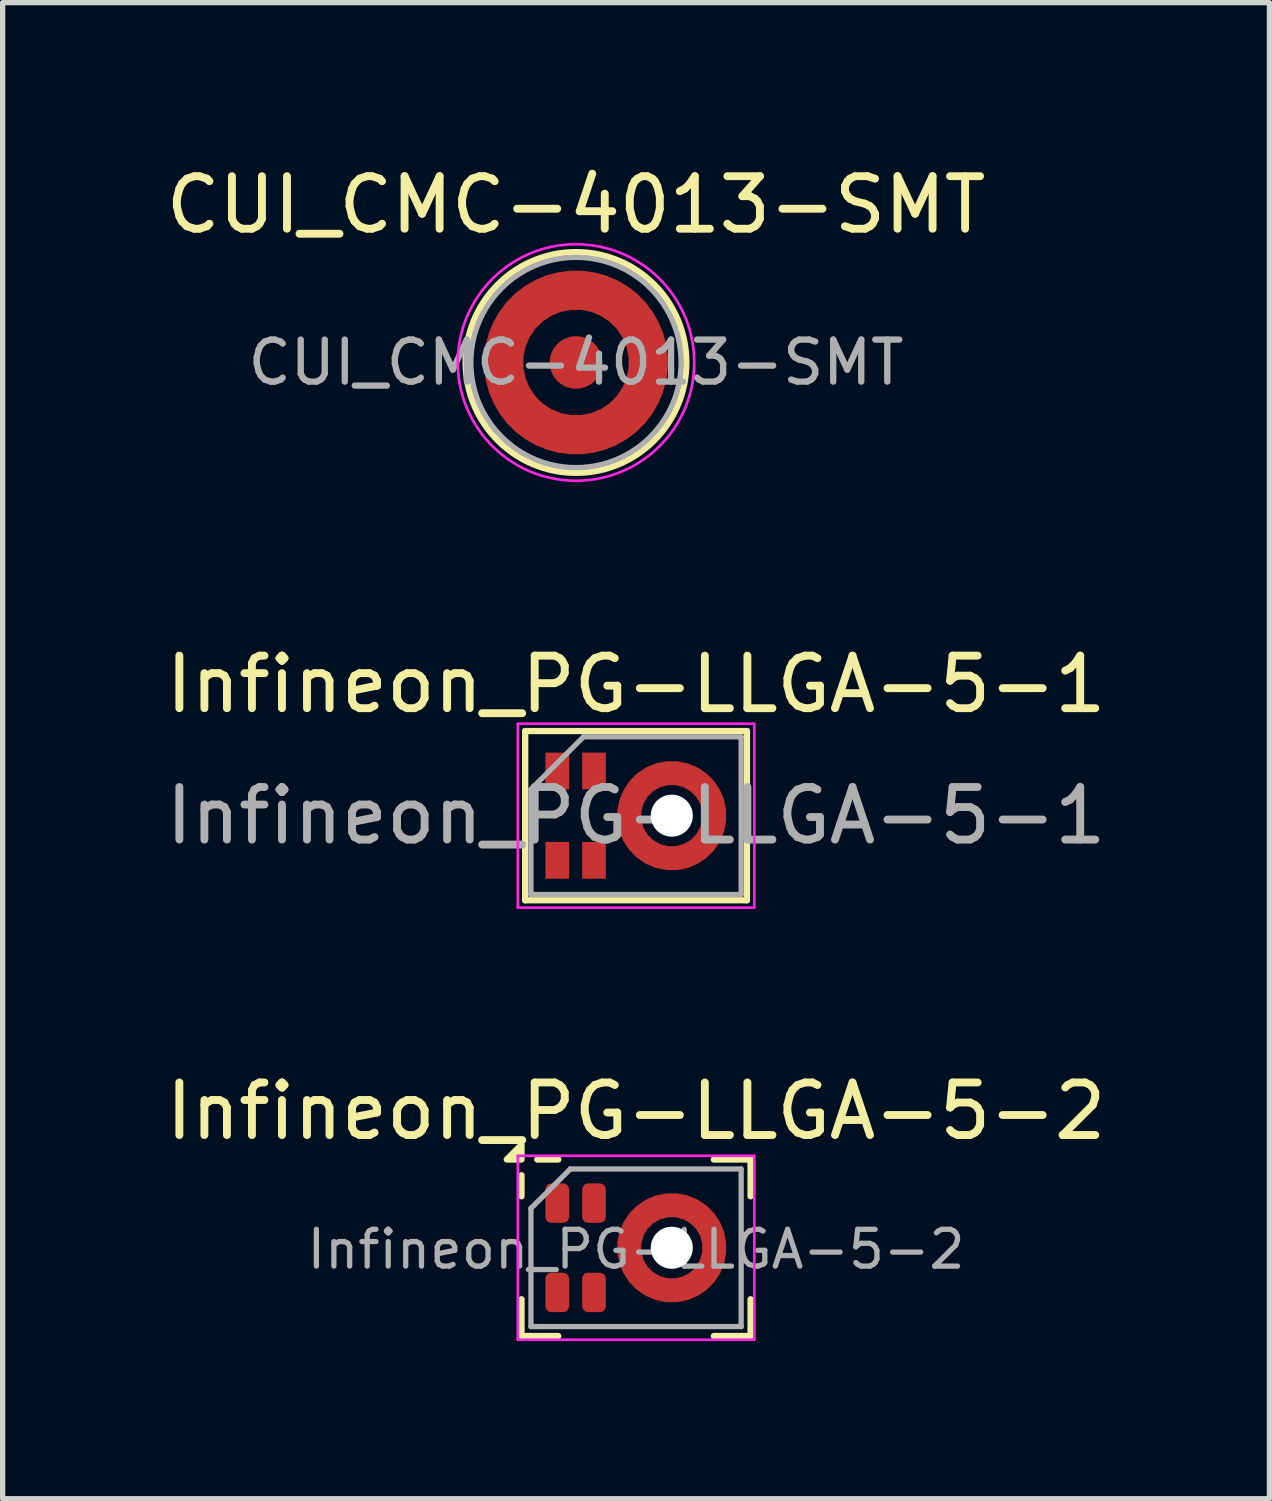
<source format=kicad_pcb>
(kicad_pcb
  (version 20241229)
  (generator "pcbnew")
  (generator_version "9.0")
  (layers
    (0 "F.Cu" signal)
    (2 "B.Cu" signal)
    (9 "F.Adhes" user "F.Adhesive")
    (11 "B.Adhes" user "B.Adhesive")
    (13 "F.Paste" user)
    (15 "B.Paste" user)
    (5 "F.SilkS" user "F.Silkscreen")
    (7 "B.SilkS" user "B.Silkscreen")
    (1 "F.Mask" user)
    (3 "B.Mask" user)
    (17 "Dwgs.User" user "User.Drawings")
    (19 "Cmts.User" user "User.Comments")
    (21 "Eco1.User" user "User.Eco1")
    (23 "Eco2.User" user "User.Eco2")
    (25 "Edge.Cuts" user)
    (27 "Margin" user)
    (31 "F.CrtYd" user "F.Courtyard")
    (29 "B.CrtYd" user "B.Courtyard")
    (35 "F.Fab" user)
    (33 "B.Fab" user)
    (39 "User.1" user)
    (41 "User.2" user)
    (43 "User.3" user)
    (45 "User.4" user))
  (footprint "Infineon_PG-LLGA-5-1"
    (layer "F.Cu")
    (at 9.054 12.472)
    (property "Reference" "Infineon_PG-LLGA-5-1" (at 0 -2.5 0) (layer "F.SilkS") (effects (font (size 1 1) (thickness 0.15))))
    (attr smd)
    (fp_line (start -2.11 -1.61) (end 2.11 -1.61) (stroke (width 0.12) (type solid)) (layer "F.SilkS"))
    (fp_line (start -2.11 1.61) (end -2.11 -1.61) (stroke (width 0.12) (type solid)) (layer "F.SilkS"))
    (fp_line (start 2.11 -1.61) (end 2.11 1.61) (stroke (width 0.12) (type solid)) (layer "F.SilkS"))
    (fp_line (start 2.11 1.61) (end -2.11 1.61) (stroke (width 0.12) (type solid)) (layer "F.SilkS"))
    (fp_line (start -2.25 -1.75) (end 2.25 -1.75) (stroke (width 0.05) (type solid)) (layer "F.CrtYd"))
    (fp_line (start -2.25 1.75) (end -2.25 -1.75) (stroke (width 0.05) (type solid)) (layer "F.CrtYd"))
    (fp_line (start 2.25 -1.75) (end 2.25 1.75) (stroke (width 0.05) (type solid)) (layer "F.CrtYd"))
    (fp_line (start 2.25 1.75) (end -2.25 1.75) (stroke (width 0.05) (type solid)) (layer "F.CrtYd"))
    (fp_line (start -2 -0.5) (end -1 -1.5) (stroke (width 0.1) (type solid)) (layer "F.Fab"))
    (fp_line (start -2 1.5) (end -2 -0.5) (stroke (width 0.1) (type solid)) (layer "F.Fab"))
    (fp_line (start -1 -1.5) (end 2 -1.5) (stroke (width 0.1) (type solid)) (layer "F.Fab"))
    (fp_line (start 2 -1.5) (end 2 1.5) (stroke (width 0.1) (type solid)) (layer "F.Fab"))
    (fp_line (start 2 1.5) (end -2 1.5) (stroke (width 0.1) (type solid)) (layer "F.Fab"))
    (fp_text user "${REFERENCE}" (at 0 0 0) (layer "F.Fab") (effects (font (size 1 1) (thickness 0.15))))
    (pad "" smd custom (at -1.5 -0.725) (size 0.3 0.3) (layers "F.Paste") (options (anchor circle)) (primitives (gr_poly (pts (xy 0.077 -0.435) (xy 0.141 -0.391) (xy 0.185 -0.327) (xy 0.2 -0.25) (xy 0.2 0) (xy 0.185 0.077) (xy 0.141 0.141) (xy 0.077 0.185) (xy 0 0.2) (xy -0.077 0.185) (xy -0.141 0.141) (xy -0.185 0.077) (xy -0.2 0) (xy -0.2 -0.25) (xy -0.185 -0.327) (xy -0.141 -0.391) (xy -0.077 -0.435) (xy 0 -0.45)) (width 0) (fill yes))))
    (pad "" smd custom (at -1.5 0.725) (size 0.3 0.3) (layers "F.Paste") (options (anchor circle)) (primitives (gr_poly (pts (xy 0.077 -0.185) (xy 0.141 -0.141) (xy 0.185 -0.077) (xy 0.2 0) (xy 0.2 0.25) (xy 0.185 0.327) (xy 0.141 0.391) (xy 0.077 0.435) (xy 0 0.45) (xy -0.077 0.435) (xy -0.141 0.391) (xy -0.185 0.327) (xy -0.2 0.25) (xy -0.2 0) (xy -0.185 -0.077) (xy -0.141 -0.141) (xy -0.077 -0.185) (xy 0 -0.2)) (width 0) (fill yes))))
    (pad "" smd custom (at -0.8 -0.725) (size 0.3 0.3) (layers "F.Paste") (options (anchor circle)) (primitives (gr_poly (pts (xy 0.077 -0.435) (xy 0.141 -0.391) (xy 0.185 -0.327) (xy 0.2 -0.25) (xy 0.2 0) (xy 0.185 0.077) (xy 0.141 0.141) (xy 0.077 0.185) (xy 0 0.2) (xy -0.077 0.185) (xy -0.141 0.141) (xy -0.185 0.077) (xy -0.2 0) (xy -0.2 -0.25) (xy -0.185 -0.327) (xy -0.141 -0.391) (xy -0.077 -0.435) (xy 0 -0.45)) (width 0) (fill yes))))
    (pad "" smd custom (at -0.8 0.725) (size 0.3 0.3) (layers "F.Paste") (options (anchor circle)) (primitives (gr_poly (pts (xy 0.077 -0.185) (xy 0.141 -0.141) (xy 0.185 -0.077) (xy 0.2 0) (xy 0.2 0.25) (xy 0.185 0.327) (xy 0.141 0.391) (xy 0.077 0.435) (xy 0 0.45) (xy -0.077 0.435) (xy -0.141 0.391) (xy -0.185 0.327) (xy -0.2 0.25) (xy -0.2 0) (xy -0.185 -0.077) (xy -0.141 -0.141) (xy -0.077 -0.185) (xy 0 -0.2)) (width 0) (fill yes))))
    (pad "" smd custom (at -0.12 0) (size 0.3 0.3) (layers "F.Paste") (options (anchor circle)) (primitives (gr_poly (pts (xy 0.058 -0.359) (xy 0.129 -0.328) (xy 0.184 -0.273) (xy 0.213 -0.2) (xy 0.213 -0.122) (xy 0.2 0) (xy 0.213 0.122) (xy 0.213 0.2) (xy 0.184 0.273) (xy 0.129 0.328) (xy 0.058 0.359) (xy -0.02 0.36) (xy -0.093 0.33) (xy -0.149 0.276) (xy -0.179 0.204) (xy -0.198 0.068) (xy -0.198 -0.068) (xy -0.179 -0.204) (xy -0.149 -0.276) (xy -0.093 -0.33) (xy -0.02 -0.36)) (width 0) (fill yes))))
    (pad "" smd custom (at 0.28 -0.693) (size 0.3 0.3) (layers "F.Paste") (options (anchor circle)) (primitives (gr_poly (pts (xy 0.24 -0.246) (xy 0.301 -0.198) (xy 0.34 -0.13) (xy 0.349 -0.052) (xy 0.328 0.023) (xy 0.28 0.085) (xy 0.212 0.123) (xy 0.1 0.173) (xy 0.000409 0.245) (xy -0.067 0.285) (xy -0.144 0.296) (xy -0.22 0.276) (xy -0.282 0.229) (xy -0.322 0.162) (xy -0.332 0.085) (xy -0.313 0.009) (xy -0.266 -0.053) (xy -0.158 -0.137) (xy -0.04 -0.205) (xy 0.087 -0.257) (xy 0.164 -0.266)) (width 0) (fill yes))))
    (pad "" smd custom (at 0.28 0.693) (size 0.3 0.3) (layers "F.Paste") (options (anchor circle)) (primitives (gr_poly (pts (xy -0.067 -0.285) (xy 0.000389 -0.245) (xy 0.1 -0.173) (xy 0.212 -0.123) (xy 0.28 -0.085) (xy 0.328 -0.023) (xy 0.349 0.052) (xy 0.34 0.13) (xy 0.301 0.197) (xy 0.24 0.246) (xy 0.164 0.266) (xy 0.087 0.257) (xy -0.04 0.205) (xy -0.158 0.137) (xy -0.266 0.053) (xy -0.313 -0.009) (xy -0.332 -0.085) (xy -0.322 -0.162) (xy -0.282 -0.229) (xy -0.22 -0.276) (xy -0.144 -0.296)) (width 0) (fill yes))))
    (pad "" np_thru_hole circle (at 0.68 0) (size 0.8 0.8) (drill 0.8) (layers "*.Cu" "*.Mask"))
    (pad "" smd custom (at 1.08 -0.693) (size 0.3 0.3) (layers "F.Paste") (options (anchor circle)) (primitives (gr_poly (pts (xy -0.087 -0.257) (xy 0.04 -0.205) (xy 0.158 -0.137) (xy 0.266 -0.053) (xy 0.313 0.009) (xy 0.332 0.085) (xy 0.322 0.162) (xy 0.282 0.229) (xy 0.22 0.276) (xy 0.144 0.296) (xy 0.067 0.285) (xy -0.000409 0.245) (xy -0.1 0.173) (xy -0.212 0.123) (xy -0.28 0.085) (xy -0.328 0.023) (xy -0.349 -0.052) (xy -0.34 -0.13) (xy -0.301 -0.198) (xy -0.24 -0.246) (xy -0.164 -0.266)) (width 0) (fill yes))))
    (pad "" smd custom (at 1.08 0.693) (size 0.3 0.3) (layers "F.Paste") (options (anchor circle)) (primitives (gr_poly (pts (xy 0.22 -0.276) (xy 0.282 -0.229) (xy 0.322 -0.162) (xy 0.332 -0.085) (xy 0.313 -0.009) (xy 0.266 0.053) (xy 0.158 0.137) (xy 0.04 0.205) (xy -0.087 0.257) (xy -0.164 0.266) (xy -0.24 0.246) (xy -0.301 0.198) (xy -0.34 0.13) (xy -0.349 0.052) (xy -0.328 -0.023) (xy -0.28 -0.085) (xy -0.212 -0.123) (xy -0.1 -0.173) (xy -0.000411 -0.245) (xy 0.067 -0.285) (xy 0.144 -0.296)) (width 0) (fill yes))))
    (pad "" smd custom (at 1.48 0) (size 0.3 0.3) (layers "F.Paste") (options (anchor circle)) (primitives (gr_poly (pts (xy 0.093 -0.33) (xy 0.149 -0.276) (xy 0.179 -0.204) (xy 0.198 -0.068) (xy 0.198 0.068) (xy 0.179 0.204) (xy 0.149 0.276) (xy 0.093 0.33) (xy 0.02 0.36) (xy -0.058 0.359) (xy -0.129 0.328) (xy -0.184 0.273) (xy -0.213 0.2) (xy -0.213 0.122) (xy -0.2 0) (xy -0.213 -0.122) (xy -0.213 -0.2) (xy -0.184 -0.273) (xy -0.129 -0.328) (xy -0.058 -0.359) (xy 0.02 -0.36)) (width 0) (fill yes))))
    (pad "1" smd rect (at -1.5 -0.85) (size 0.45 0.7) (layers "F.Cu" "F.Mask"))
    (pad "2" smd rect (at -0.8 -0.85) (size 0.45 0.7) (layers "F.Cu" "F.Mask"))
    (pad "3" smd rect (at -1.5 0.85) (size 0.45 0.7) (layers "F.Cu" "F.Mask"))
    (pad "4" smd rect (at -0.8 0.85) (size 0.45 0.7) (layers "F.Cu" "F.Mask"))
    (pad "5" smd custom (at 0.68 -0.81) (size 0.4 0.4) (layers "F.Cu" "F.Mask") (options (anchor circle)) (primitives (gr_circle (center 0 0.81) (end 0.81 0.81) (width 0.46) (fill no)))))
  (footprint "CUI_CMC-4013-SMT"
    (layer "F.Cu")
    (at 7.911 3.848)
    (property "Reference" "CUI_CMC-4013-SMT" (at 0 -3 0) (layer "F.SilkS") (effects (font (size 1 1) (thickness 0.15))))
    (attr smd)
    (fp_circle (center 0 0) (end 2.1 0) (stroke (width 0.12) (type solid)) (fill no) (layer "F.SilkS"))
    (fp_circle (center 0 0) (end 2.25 0) (stroke (width 0.05) (type solid)) (fill no) (layer "F.CrtYd"))
    (fp_circle (center 0 0) (end 2 0) (stroke (width 0.1) (type solid)) (fill no) (layer "F.Fab"))
    (fp_text user "${REFERENCE}" (at 0 0 0) (layer "F.Fab") (effects (font (size 0.8 0.8) (thickness 0.12))))
    (pad "1" smd custom (at 0 -1.375) (size 0.75 0.75) (layers "F.Cu" "F.Mask" "F.Paste") (options (anchor circle)) (primitives (gr_circle (center 0 1.375) (end 1.375 1.375) (width 0.75) (fill no))))
    (pad "2" smd circle (at 0 0) (size 1 1) (layers "F.Cu" "F.Mask" "F.Paste")))
  (footprint "Infineon_PG-LLGA-5-2"
    (layer "F.Cu")
    (at 9.054 20.695)
    (property "Reference" "Infineon_PG-LLGA-5-2" (at 0 -2.6 0) (layer "F.SilkS") (effects (font (size 1 1) (thickness 0.15))))
    (attr smd)
    (fp_line (start -2.18 -1.38) (end -2.18 -0.98) (stroke (width 0.12) (type solid)) (layer "F.SilkS"))
    (fp_line (start -2.18 1.68) (end -2.18 0.98) (stroke (width 0.12) (type solid)) (layer "F.SilkS"))
    (fp_line (start -2.18 1.68) (end -1.48 1.68) (stroke (width 0.12) (type solid)) (layer "F.SilkS"))
    (fp_line (start -1.88 -1.68) (end -1.48 -1.68) (stroke (width 0.12) (type solid)) (layer "F.SilkS"))
    (fp_line (start 1.48 -1.68) (end 2.18 -1.68) (stroke (width 0.12) (type solid)) (layer "F.SilkS"))
    (fp_line (start 2.18 -1.68) (end 2.18 -0.98) (stroke (width 0.12) (type solid)) (layer "F.SilkS"))
    (fp_line (start 2.18 0.98) (end 2.18 1.68) (stroke (width 0.12) (type solid)) (layer "F.SilkS"))
    (fp_line (start 2.18 1.68) (end 1.48 1.68) (stroke (width 0.12) (type solid)) (layer "F.SilkS"))
    (fp_poly (pts (xy -2.18 -1.68) (xy -2.46 -1.68) (xy -2.18 -1.96) (xy -2.18 -1.68)) (stroke (width 0.12) (type solid)) (fill yes) (layer "F.SilkS"))
    (fp_line (start -1.5 -0.75) (end -1.5 -0.95) (stroke (width 0.4) (type default)) (layer "F.Paste"))
    (fp_line (start -1.5 0.95) (end -1.5 0.75) (stroke (width 0.4) (type default)) (layer "F.Paste"))
    (fp_line (start -0.8 -0.75) (end -0.8 -0.95) (stroke (width 0.4) (type default)) (layer "F.Paste"))
    (fp_line (start -0.8 0.95) (end -0.8 0.75) (stroke (width 0.4) (type default)) (layer "F.Paste"))
    (fp_arc (start -0.103446 0.161902) (mid -0.12 0) (end -0.103446 -0.161902) (stroke (width 0.4) (type solid)) (layer "F.Paste"))
    (fp_arc (start 0.148065 -0.597533) (mid 0.28 -0.692821) (end 0.428489 -0.759435) (stroke (width 0.4) (type solid)) (layer "F.Paste"))
    (fp_arc (start 0.428489 0.759435) (mid 0.28 0.69282) (end 0.148065 0.597533) (stroke (width 0.4) (type solid)) (layer "F.Paste"))
    (fp_arc (start 0.931511 -0.759435) (mid 1.08 -0.69282) (end 1.211935 -0.597533) (stroke (width 0.4) (type solid)) (layer "F.Paste"))
    (fp_arc (start 1.211935 0.597533) (mid 1.08 0.69282) (end 0.931511 0.759435) (stroke (width 0.4) (type solid)) (layer "F.Paste"))
    (fp_arc (start 1.463446 -0.161902) (mid 1.48 0) (end 1.463446 0.161902) (stroke (width 0.4) (type solid)) (layer "F.Paste"))
    (fp_line (start -2.25 -1.75) (end 2.25 -1.75) (stroke (width 0.05) (type solid)) (layer "F.CrtYd"))
    (fp_line (start -2.25 1.75) (end -2.25 -1.75) (stroke (width 0.05) (type solid)) (layer "F.CrtYd"))
    (fp_line (start 2.25 -1.75) (end 2.25 1.75) (stroke (width 0.05) (type solid)) (layer "F.CrtYd"))
    (fp_line (start 2.25 1.75) (end -2.25 1.75) (stroke (width 0.05) (type solid)) (layer "F.CrtYd"))
    (fp_line (start -2 -0.75) (end -1.25 -1.5) (stroke (width 0.1) (type solid)) (layer "F.Fab"))
    (fp_line (start -2 1.5) (end -2 -0.75) (stroke (width 0.1) (type solid)) (layer "F.Fab"))
    (fp_line (start -2 1.5) (end 2 1.5) (stroke (width 0.1) (type solid)) (layer "F.Fab"))
    (fp_line (start 2 -1.5) (end -1.25 -1.5) (stroke (width 0.1) (type solid)) (layer "F.Fab"))
    (fp_line (start 2 1.5) (end 2 -1.5) (stroke (width 0.1) (type solid)) (layer "F.Fab"))
    (fp_text user "${REFERENCE}" (at 0 0.03 0) (layer "F.Fab") (effects (font (size 0.7 0.7) (thickness 0.1))))
    (pad "" np_thru_hole circle (at 0.68 0 90) (size 0.8 0.8) (drill 0.8) (layers "*.Cu" "*.Mask"))
    (pad "1" smd roundrect (at -1.5 -0.85 270) (size 0.75 0.45) (layers "F.Cu" "F.Mask") (roundrect_rratio 0.25))
    (pad "2" smd roundrect (at -0.8 -0.85 270) (size 0.75 0.45) (layers "F.Cu" "F.Mask") (roundrect_rratio 0.25))
    (pad "3" smd roundrect (at -1.5 0.85 270) (size 0.75 0.45) (layers "F.Cu" "F.Mask") (roundrect_rratio 0.25))
    (pad "4" smd roundrect (at -0.8 0.85 270) (size 0.75 0.45) (layers "F.Cu" "F.Mask") (roundrect_rratio 0.25))
    (pad "5" smd custom (at -0.13 0 270) (size 0.46 0.46) (layers "F.Cu" "F.Mask") (options (anchor circle)) (primitives (gr_circle (center 0 -0.81) (end 0.81 -0.81) (width 0.46) (fill no)))))
  (gr_rect
    (start -3 -3)
    (end 21.107 25.47)
    (stroke (width 0.1) (type default))
    (fill no)
    (layer "Edge.Cuts")))
</source>
